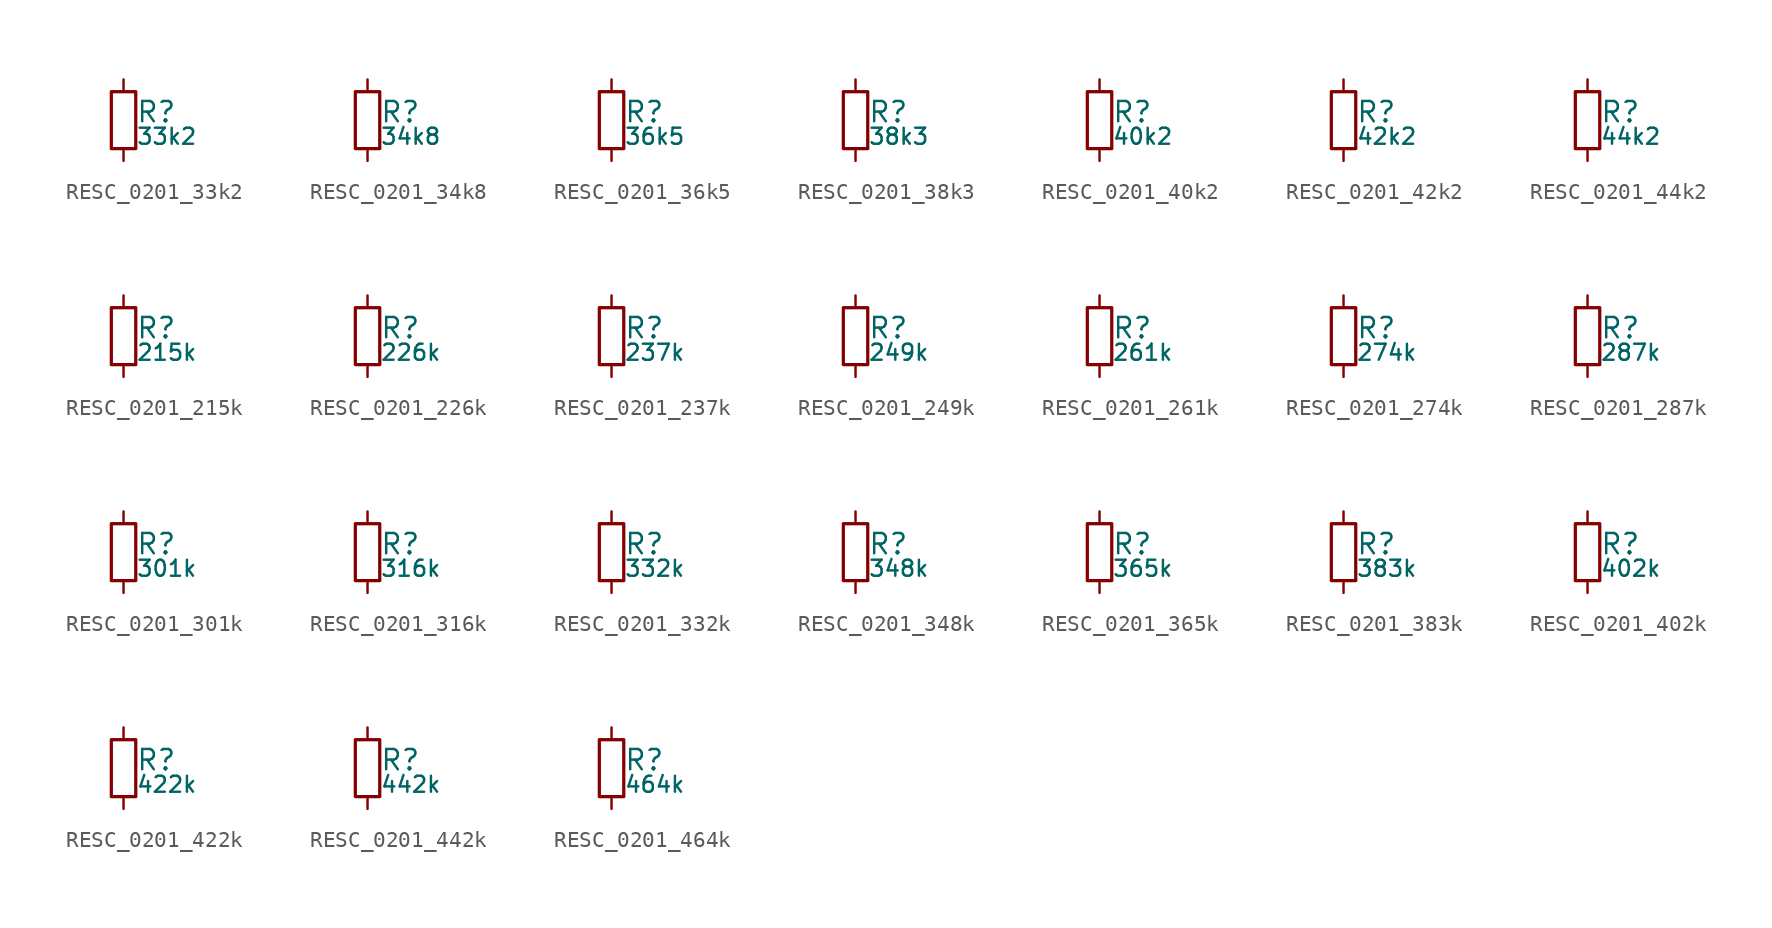
<source format=kicad_sym>
(kicad_symbol_lib
  (version 20211014)
  (generator kicad_LibGenerator)
  (symbol "RESC_0201_33k2"
    (pin_numbers hide)
    (pin_names
      (offset 0.254) hide)
    (property "Reference" "R"
      (at 0.762 0.508 0)
      (effects (font (size 1.27 1.27)) (justify left)))
    (property "Value" "33k2"
      (at 0.762 -1.016 0)
      (effects (font (size 1.00 1.00)) (justify left)))
    (symbol "RESC_0201_33k2_0_1"
      (rectangle (start -0.762 1.778) (end 0.762 -1.778) (stroke (width 0.203) (type default) (color 0 0 0 0)) (fill (type none))))
    (symbol "RESC_0201_33k2_1_1"
      (pin passive line (at 0 2.54 270) (length 0.762) (name "~" (effects (font (size 1.27 1.27)))) (number "1" (effects (font (size 1.27 1.27)))))
      (pin passive line (at 0 -2.54 90) (length 0.762) (name "~" (effects (font (size 1.27 1.27)))) (number "2" (effects (font (size 1.27 1.27)))))))
  (symbol "RESC_0201_34k8"
    (pin_numbers hide)
    (pin_names
      (offset 0.254) hide)
    (property "Reference" "R"
      (at 0.762 0.508 0)
      (effects (font (size 1.27 1.27)) (justify left)))
    (property "Value" "34k8"
      (at 0.762 -1.016 0)
      (effects (font (size 1.00 1.00)) (justify left)))
    (symbol "RESC_0201_34k8_0_1"
      (rectangle (start -0.762 1.778) (end 0.762 -1.778) (stroke (width 0.203) (type default) (color 0 0 0 0)) (fill (type none))))
    (symbol "RESC_0201_34k8_1_1"
      (pin passive line (at 0 2.54 270) (length 0.762) (name "~" (effects (font (size 1.27 1.27)))) (number "1" (effects (font (size 1.27 1.27)))))
      (pin passive line (at 0 -2.54 90) (length 0.762) (name "~" (effects (font (size 1.27 1.27)))) (number "2" (effects (font (size 1.27 1.27)))))))
  (symbol "RESC_0201_36k5"
    (pin_numbers hide)
    (pin_names
      (offset 0.254) hide)
    (property "Reference" "R"
      (at 0.762 0.508 0)
      (effects (font (size 1.27 1.27)) (justify left)))
    (property "Value" "36k5"
      (at 0.762 -1.016 0)
      (effects (font (size 1.00 1.00)) (justify left)))
    (symbol "RESC_0201_36k5_0_1"
      (rectangle (start -0.762 1.778) (end 0.762 -1.778) (stroke (width 0.203) (type default) (color 0 0 0 0)) (fill (type none))))
    (symbol "RESC_0201_36k5_1_1"
      (pin passive line (at 0 2.54 270) (length 0.762) (name "~" (effects (font (size 1.27 1.27)))) (number "1" (effects (font (size 1.27 1.27)))))
      (pin passive line (at 0 -2.54 90) (length 0.762) (name "~" (effects (font (size 1.27 1.27)))) (number "2" (effects (font (size 1.27 1.27)))))))
  (symbol "RESC_0201_38k3"
    (pin_numbers hide)
    (pin_names
      (offset 0.254) hide)
    (property "Reference" "R"
      (at 0.762 0.508 0)
      (effects (font (size 1.27 1.27)) (justify left)))
    (property "Value" "38k3"
      (at 0.762 -1.016 0)
      (effects (font (size 1.00 1.00)) (justify left)))
    (symbol "RESC_0201_38k3_0_1"
      (rectangle (start -0.762 1.778) (end 0.762 -1.778) (stroke (width 0.203) (type default) (color 0 0 0 0)) (fill (type none))))
    (symbol "RESC_0201_38k3_1_1"
      (pin passive line (at 0 2.54 270) (length 0.762) (name "~" (effects (font (size 1.27 1.27)))) (number "1" (effects (font (size 1.27 1.27)))))
      (pin passive line (at 0 -2.54 90) (length 0.762) (name "~" (effects (font (size 1.27 1.27)))) (number "2" (effects (font (size 1.27 1.27)))))))
  (symbol "RESC_0201_40k2"
    (pin_numbers hide)
    (pin_names
      (offset 0.254) hide)
    (property "Reference" "R"
      (at 0.762 0.508 0)
      (effects (font (size 1.27 1.27)) (justify left)))
    (property "Value" "40k2"
      (at 0.762 -1.016 0)
      (effects (font (size 1.00 1.00)) (justify left)))
    (symbol "RESC_0201_40k2_0_1"
      (rectangle (start -0.762 1.778) (end 0.762 -1.778) (stroke (width 0.203) (type default) (color 0 0 0 0)) (fill (type none))))
    (symbol "RESC_0201_40k2_1_1"
      (pin passive line (at 0 2.54 270) (length 0.762) (name "~" (effects (font (size 1.27 1.27)))) (number "1" (effects (font (size 1.27 1.27)))))
      (pin passive line (at 0 -2.54 90) (length 0.762) (name "~" (effects (font (size 1.27 1.27)))) (number "2" (effects (font (size 1.27 1.27)))))))
  (symbol "RESC_0201_42k2"
    (pin_numbers hide)
    (pin_names
      (offset 0.254) hide)
    (property "Reference" "R"
      (at 0.762 0.508 0)
      (effects (font (size 1.27 1.27)) (justify left)))
    (property "Value" "42k2"
      (at 0.762 -1.016 0)
      (effects (font (size 1.00 1.00)) (justify left)))
    (symbol "RESC_0201_42k2_0_1"
      (rectangle (start -0.762 1.778) (end 0.762 -1.778) (stroke (width 0.203) (type default) (color 0 0 0 0)) (fill (type none))))
    (symbol "RESC_0201_42k2_1_1"
      (pin passive line (at 0 2.54 270) (length 0.762) (name "~" (effects (font (size 1.27 1.27)))) (number "1" (effects (font (size 1.27 1.27)))))
      (pin passive line (at 0 -2.54 90) (length 0.762) (name "~" (effects (font (size 1.27 1.27)))) (number "2" (effects (font (size 1.27 1.27)))))))
  (symbol "RESC_0201_44k2"
    (pin_numbers hide)
    (pin_names
      (offset 0.254) hide)
    (property "Reference" "R"
      (at 0.762 0.508 0)
      (effects (font (size 1.27 1.27)) (justify left)))
    (property "Value" "44k2"
      (at 0.762 -1.016 0)
      (effects (font (size 1.00 1.00)) (justify left)))
    (symbol "RESC_0201_44k2_0_1"
      (rectangle (start -0.762 1.778) (end 0.762 -1.778) (stroke (width 0.203) (type default) (color 0 0 0 0)) (fill (type none))))
    (symbol "RESC_0201_44k2_1_1"
      (pin passive line (at 0 2.54 270) (length 0.762) (name "~" (effects (font (size 1.27 1.27)))) (number "1" (effects (font (size 1.27 1.27)))))
      (pin passive line (at 0 -2.54 90) (length 0.762) (name "~" (effects (font (size 1.27 1.27)))) (number "2" (effects (font (size 1.27 1.27)))))))
  (symbol "RESC_0201_215k"
    (pin_numbers hide)
    (pin_names
      (offset 0.254) hide)
    (property "Reference" "R"
      (at 0.762 0.508 0)
      (effects (font (size 1.27 1.27)) (justify left)))
    (property "Value" "215k"
      (at 0.762 -1.016 0)
      (effects (font (size 1.00 1.00)) (justify left)))
    (symbol "RESC_0201_215k_0_1"
      (rectangle (start -0.762 1.778) (end 0.762 -1.778) (stroke (width 0.203) (type default) (color 0 0 0 0)) (fill (type none))))
    (symbol "RESC_0201_215k_1_1"
      (pin passive line (at 0 2.54 270) (length 0.762) (name "~" (effects (font (size 1.27 1.27)))) (number "1" (effects (font (size 1.27 1.27)))))
      (pin passive line (at 0 -2.54 90) (length 0.762) (name "~" (effects (font (size 1.27 1.27)))) (number "2" (effects (font (size 1.27 1.27)))))))
  (symbol "RESC_0201_226k"
    (pin_numbers hide)
    (pin_names
      (offset 0.254) hide)
    (property "Reference" "R"
      (at 0.762 0.508 0)
      (effects (font (size 1.27 1.27)) (justify left)))
    (property "Value" "226k"
      (at 0.762 -1.016 0)
      (effects (font (size 1.00 1.00)) (justify left)))
    (symbol "RESC_0201_226k_0_1"
      (rectangle (start -0.762 1.778) (end 0.762 -1.778) (stroke (width 0.203) (type default) (color 0 0 0 0)) (fill (type none))))
    (symbol "RESC_0201_226k_1_1"
      (pin passive line (at 0 2.54 270) (length 0.762) (name "~" (effects (font (size 1.27 1.27)))) (number "1" (effects (font (size 1.27 1.27)))))
      (pin passive line (at 0 -2.54 90) (length 0.762) (name "~" (effects (font (size 1.27 1.27)))) (number "2" (effects (font (size 1.27 1.27)))))))
  (symbol "RESC_0201_237k"
    (pin_numbers hide)
    (pin_names
      (offset 0.254) hide)
    (property "Reference" "R"
      (at 0.762 0.508 0)
      (effects (font (size 1.27 1.27)) (justify left)))
    (property "Value" "237k"
      (at 0.762 -1.016 0)
      (effects (font (size 1.00 1.00)) (justify left)))
    (symbol "RESC_0201_237k_0_1"
      (rectangle (start -0.762 1.778) (end 0.762 -1.778) (stroke (width 0.203) (type default) (color 0 0 0 0)) (fill (type none))))
    (symbol "RESC_0201_237k_1_1"
      (pin passive line (at 0 2.54 270) (length 0.762) (name "~" (effects (font (size 1.27 1.27)))) (number "1" (effects (font (size 1.27 1.27)))))
      (pin passive line (at 0 -2.54 90) (length 0.762) (name "~" (effects (font (size 1.27 1.27)))) (number "2" (effects (font (size 1.27 1.27)))))))
  (symbol "RESC_0201_249k"
    (pin_numbers hide)
    (pin_names
      (offset 0.254) hide)
    (property "Reference" "R"
      (at 0.762 0.508 0)
      (effects (font (size 1.27 1.27)) (justify left)))
    (property "Value" "249k"
      (at 0.762 -1.016 0)
      (effects (font (size 1.00 1.00)) (justify left)))
    (symbol "RESC_0201_249k_0_1"
      (rectangle (start -0.762 1.778) (end 0.762 -1.778) (stroke (width 0.203) (type default) (color 0 0 0 0)) (fill (type none))))
    (symbol "RESC_0201_249k_1_1"
      (pin passive line (at 0 2.54 270) (length 0.762) (name "~" (effects (font (size 1.27 1.27)))) (number "1" (effects (font (size 1.27 1.27)))))
      (pin passive line (at 0 -2.54 90) (length 0.762) (name "~" (effects (font (size 1.27 1.27)))) (number "2" (effects (font (size 1.27 1.27)))))))
  (symbol "RESC_0201_261k"
    (pin_numbers hide)
    (pin_names
      (offset 0.254) hide)
    (property "Reference" "R"
      (at 0.762 0.508 0)
      (effects (font (size 1.27 1.27)) (justify left)))
    (property "Value" "261k"
      (at 0.762 -1.016 0)
      (effects (font (size 1.00 1.00)) (justify left)))
    (symbol "RESC_0201_261k_0_1"
      (rectangle (start -0.762 1.778) (end 0.762 -1.778) (stroke (width 0.203) (type default) (color 0 0 0 0)) (fill (type none))))
    (symbol "RESC_0201_261k_1_1"
      (pin passive line (at 0 2.54 270) (length 0.762) (name "~" (effects (font (size 1.27 1.27)))) (number "1" (effects (font (size 1.27 1.27)))))
      (pin passive line (at 0 -2.54 90) (length 0.762) (name "~" (effects (font (size 1.27 1.27)))) (number "2" (effects (font (size 1.27 1.27)))))))
  (symbol "RESC_0201_274k"
    (pin_numbers hide)
    (pin_names
      (offset 0.254) hide)
    (property "Reference" "R"
      (at 0.762 0.508 0)
      (effects (font (size 1.27 1.27)) (justify left)))
    (property "Value" "274k"
      (at 0.762 -1.016 0)
      (effects (font (size 1.00 1.00)) (justify left)))
    (symbol "RESC_0201_274k_0_1"
      (rectangle (start -0.762 1.778) (end 0.762 -1.778) (stroke (width 0.203) (type default) (color 0 0 0 0)) (fill (type none))))
    (symbol "RESC_0201_274k_1_1"
      (pin passive line (at 0 2.54 270) (length 0.762) (name "~" (effects (font (size 1.27 1.27)))) (number "1" (effects (font (size 1.27 1.27)))))
      (pin passive line (at 0 -2.54 90) (length 0.762) (name "~" (effects (font (size 1.27 1.27)))) (number "2" (effects (font (size 1.27 1.27)))))))
  (symbol "RESC_0201_287k"
    (pin_numbers hide)
    (pin_names
      (offset 0.254) hide)
    (property "Reference" "R"
      (at 0.762 0.508 0)
      (effects (font (size 1.27 1.27)) (justify left)))
    (property "Value" "287k"
      (at 0.762 -1.016 0)
      (effects (font (size 1.00 1.00)) (justify left)))
    (symbol "RESC_0201_287k_0_1"
      (rectangle (start -0.762 1.778) (end 0.762 -1.778) (stroke (width 0.203) (type default) (color 0 0 0 0)) (fill (type none))))
    (symbol "RESC_0201_287k_1_1"
      (pin passive line (at 0 2.54 270) (length 0.762) (name "~" (effects (font (size 1.27 1.27)))) (number "1" (effects (font (size 1.27 1.27)))))
      (pin passive line (at 0 -2.54 90) (length 0.762) (name "~" (effects (font (size 1.27 1.27)))) (number "2" (effects (font (size 1.27 1.27)))))))
  (symbol "RESC_0201_301k"
    (pin_numbers hide)
    (pin_names
      (offset 0.254) hide)
    (property "Reference" "R"
      (at 0.762 0.508 0)
      (effects (font (size 1.27 1.27)) (justify left)))
    (property "Value" "301k"
      (at 0.762 -1.016 0)
      (effects (font (size 1.00 1.00)) (justify left)))
    (symbol "RESC_0201_301k_0_1"
      (rectangle (start -0.762 1.778) (end 0.762 -1.778) (stroke (width 0.203) (type default) (color 0 0 0 0)) (fill (type none))))
    (symbol "RESC_0201_301k_1_1"
      (pin passive line (at 0 2.54 270) (length 0.762) (name "~" (effects (font (size 1.27 1.27)))) (number "1" (effects (font (size 1.27 1.27)))))
      (pin passive line (at 0 -2.54 90) (length 0.762) (name "~" (effects (font (size 1.27 1.27)))) (number "2" (effects (font (size 1.27 1.27)))))))
  (symbol "RESC_0201_316k"
    (pin_numbers hide)
    (pin_names
      (offset 0.254) hide)
    (property "Reference" "R"
      (at 0.762 0.508 0)
      (effects (font (size 1.27 1.27)) (justify left)))
    (property "Value" "316k"
      (at 0.762 -1.016 0)
      (effects (font (size 1.00 1.00)) (justify left)))
    (symbol "RESC_0201_316k_0_1"
      (rectangle (start -0.762 1.778) (end 0.762 -1.778) (stroke (width 0.203) (type default) (color 0 0 0 0)) (fill (type none))))
    (symbol "RESC_0201_316k_1_1"
      (pin passive line (at 0 2.54 270) (length 0.762) (name "~" (effects (font (size 1.27 1.27)))) (number "1" (effects (font (size 1.27 1.27)))))
      (pin passive line (at 0 -2.54 90) (length 0.762) (name "~" (effects (font (size 1.27 1.27)))) (number "2" (effects (font (size 1.27 1.27)))))))
  (symbol "RESC_0201_332k"
    (pin_numbers hide)
    (pin_names
      (offset 0.254) hide)
    (property "Reference" "R"
      (at 0.762 0.508 0)
      (effects (font (size 1.27 1.27)) (justify left)))
    (property "Value" "332k"
      (at 0.762 -1.016 0)
      (effects (font (size 1.00 1.00)) (justify left)))
    (symbol "RESC_0201_332k_0_1"
      (rectangle (start -0.762 1.778) (end 0.762 -1.778) (stroke (width 0.203) (type default) (color 0 0 0 0)) (fill (type none))))
    (symbol "RESC_0201_332k_1_1"
      (pin passive line (at 0 2.54 270) (length 0.762) (name "~" (effects (font (size 1.27 1.27)))) (number "1" (effects (font (size 1.27 1.27)))))
      (pin passive line (at 0 -2.54 90) (length 0.762) (name "~" (effects (font (size 1.27 1.27)))) (number "2" (effects (font (size 1.27 1.27)))))))
  (symbol "RESC_0201_348k"
    (pin_numbers hide)
    (pin_names
      (offset 0.254) hide)
    (property "Reference" "R"
      (at 0.762 0.508 0)
      (effects (font (size 1.27 1.27)) (justify left)))
    (property "Value" "348k"
      (at 0.762 -1.016 0)
      (effects (font (size 1.00 1.00)) (justify left)))
    (symbol "RESC_0201_348k_0_1"
      (rectangle (start -0.762 1.778) (end 0.762 -1.778) (stroke (width 0.203) (type default) (color 0 0 0 0)) (fill (type none))))
    (symbol "RESC_0201_348k_1_1"
      (pin passive line (at 0 2.54 270) (length 0.762) (name "~" (effects (font (size 1.27 1.27)))) (number "1" (effects (font (size 1.27 1.27)))))
      (pin passive line (at 0 -2.54 90) (length 0.762) (name "~" (effects (font (size 1.27 1.27)))) (number "2" (effects (font (size 1.27 1.27)))))))
  (symbol "RESC_0201_365k"
    (pin_numbers hide)
    (pin_names
      (offset 0.254) hide)
    (property "Reference" "R"
      (at 0.762 0.508 0)
      (effects (font (size 1.27 1.27)) (justify left)))
    (property "Value" "365k"
      (at 0.762 -1.016 0)
      (effects (font (size 1.00 1.00)) (justify left)))
    (symbol "RESC_0201_365k_0_1"
      (rectangle (start -0.762 1.778) (end 0.762 -1.778) (stroke (width 0.203) (type default) (color 0 0 0 0)) (fill (type none))))
    (symbol "RESC_0201_365k_1_1"
      (pin passive line (at 0 2.54 270) (length 0.762) (name "~" (effects (font (size 1.27 1.27)))) (number "1" (effects (font (size 1.27 1.27)))))
      (pin passive line (at 0 -2.54 90) (length 0.762) (name "~" (effects (font (size 1.27 1.27)))) (number "2" (effects (font (size 1.27 1.27)))))))
  (symbol "RESC_0201_383k"
    (pin_numbers hide)
    (pin_names
      (offset 0.254) hide)
    (property "Reference" "R"
      (at 0.762 0.508 0)
      (effects (font (size 1.27 1.27)) (justify left)))
    (property "Value" "383k"
      (at 0.762 -1.016 0)
      (effects (font (size 1.00 1.00)) (justify left)))
    (symbol "RESC_0201_383k_0_1"
      (rectangle (start -0.762 1.778) (end 0.762 -1.778) (stroke (width 0.203) (type default) (color 0 0 0 0)) (fill (type none))))
    (symbol "RESC_0201_383k_1_1"
      (pin passive line (at 0 2.54 270) (length 0.762) (name "~" (effects (font (size 1.27 1.27)))) (number "1" (effects (font (size 1.27 1.27)))))
      (pin passive line (at 0 -2.54 90) (length 0.762) (name "~" (effects (font (size 1.27 1.27)))) (number "2" (effects (font (size 1.27 1.27)))))))
  (symbol "RESC_0201_402k"
    (pin_numbers hide)
    (pin_names
      (offset 0.254) hide)
    (property "Reference" "R"
      (at 0.762 0.508 0)
      (effects (font (size 1.27 1.27)) (justify left)))
    (property "Value" "402k"
      (at 0.762 -1.016 0)
      (effects (font (size 1.00 1.00)) (justify left)))
    (symbol "RESC_0201_402k_0_1"
      (rectangle (start -0.762 1.778) (end 0.762 -1.778) (stroke (width 0.203) (type default) (color 0 0 0 0)) (fill (type none))))
    (symbol "RESC_0201_402k_1_1"
      (pin passive line (at 0 2.54 270) (length 0.762) (name "~" (effects (font (size 1.27 1.27)))) (number "1" (effects (font (size 1.27 1.27)))))
      (pin passive line (at 0 -2.54 90) (length 0.762) (name "~" (effects (font (size 1.27 1.27)))) (number "2" (effects (font (size 1.27 1.27)))))))
  (symbol "RESC_0201_422k"
    (pin_numbers hide)
    (pin_names
      (offset 0.254) hide)
    (property "Reference" "R"
      (at 0.762 0.508 0)
      (effects (font (size 1.27 1.27)) (justify left)))
    (property "Value" "422k"
      (at 0.762 -1.016 0)
      (effects (font (size 1.00 1.00)) (justify left)))
    (symbol "RESC_0201_422k_0_1"
      (rectangle (start -0.762 1.778) (end 0.762 -1.778) (stroke (width 0.203) (type default) (color 0 0 0 0)) (fill (type none))))
    (symbol "RESC_0201_422k_1_1"
      (pin passive line (at 0 2.54 270) (length 0.762) (name "~" (effects (font (size 1.27 1.27)))) (number "1" (effects (font (size 1.27 1.27)))))
      (pin passive line (at 0 -2.54 90) (length 0.762) (name "~" (effects (font (size 1.27 1.27)))) (number "2" (effects (font (size 1.27 1.27)))))))
  (symbol "RESC_0201_442k"
    (pin_numbers hide)
    (pin_names
      (offset 0.254) hide)
    (property "Reference" "R"
      (at 0.762 0.508 0)
      (effects (font (size 1.27 1.27)) (justify left)))
    (property "Value" "442k"
      (at 0.762 -1.016 0)
      (effects (font (size 1.00 1.00)) (justify left)))
    (symbol "RESC_0201_442k_0_1"
      (rectangle (start -0.762 1.778) (end 0.762 -1.778) (stroke (width 0.203) (type default) (color 0 0 0 0)) (fill (type none))))
    (symbol "RESC_0201_442k_1_1"
      (pin passive line (at 0 2.54 270) (length 0.762) (name "~" (effects (font (size 1.27 1.27)))) (number "1" (effects (font (size 1.27 1.27)))))
      (pin passive line (at 0 -2.54 90) (length 0.762) (name "~" (effects (font (size 1.27 1.27)))) (number "2" (effects (font (size 1.27 1.27)))))))
  (symbol "RESC_0201_464k"
    (pin_numbers hide)
    (pin_names
      (offset 0.254) hide)
    (property "Reference" "R"
      (at 0.762 0.508 0)
      (effects (font (size 1.27 1.27)) (justify left)))
    (property "Value" "464k"
      (at 0.762 -1.016 0)
      (effects (font (size 1.00 1.00)) (justify left)))
    (symbol "RESC_0201_464k_0_1"
      (rectangle (start -0.762 1.778) (end 0.762 -1.778) (stroke (width 0.203) (type default) (color 0 0 0 0)) (fill (type none))))
    (symbol "RESC_0201_464k_1_1"
      (pin passive line (at 0 2.54 270) (length 0.762) (name "~" (effects (font (size 1.27 1.27)))) (number "1" (effects (font (size 1.27 1.27)))))
      (pin passive line (at 0 -2.54 90) (length 0.762) (name "~" (effects (font (size 1.27 1.27)))) (number "2" (effects (font (size 1.27 1.27))))))))
</source>
